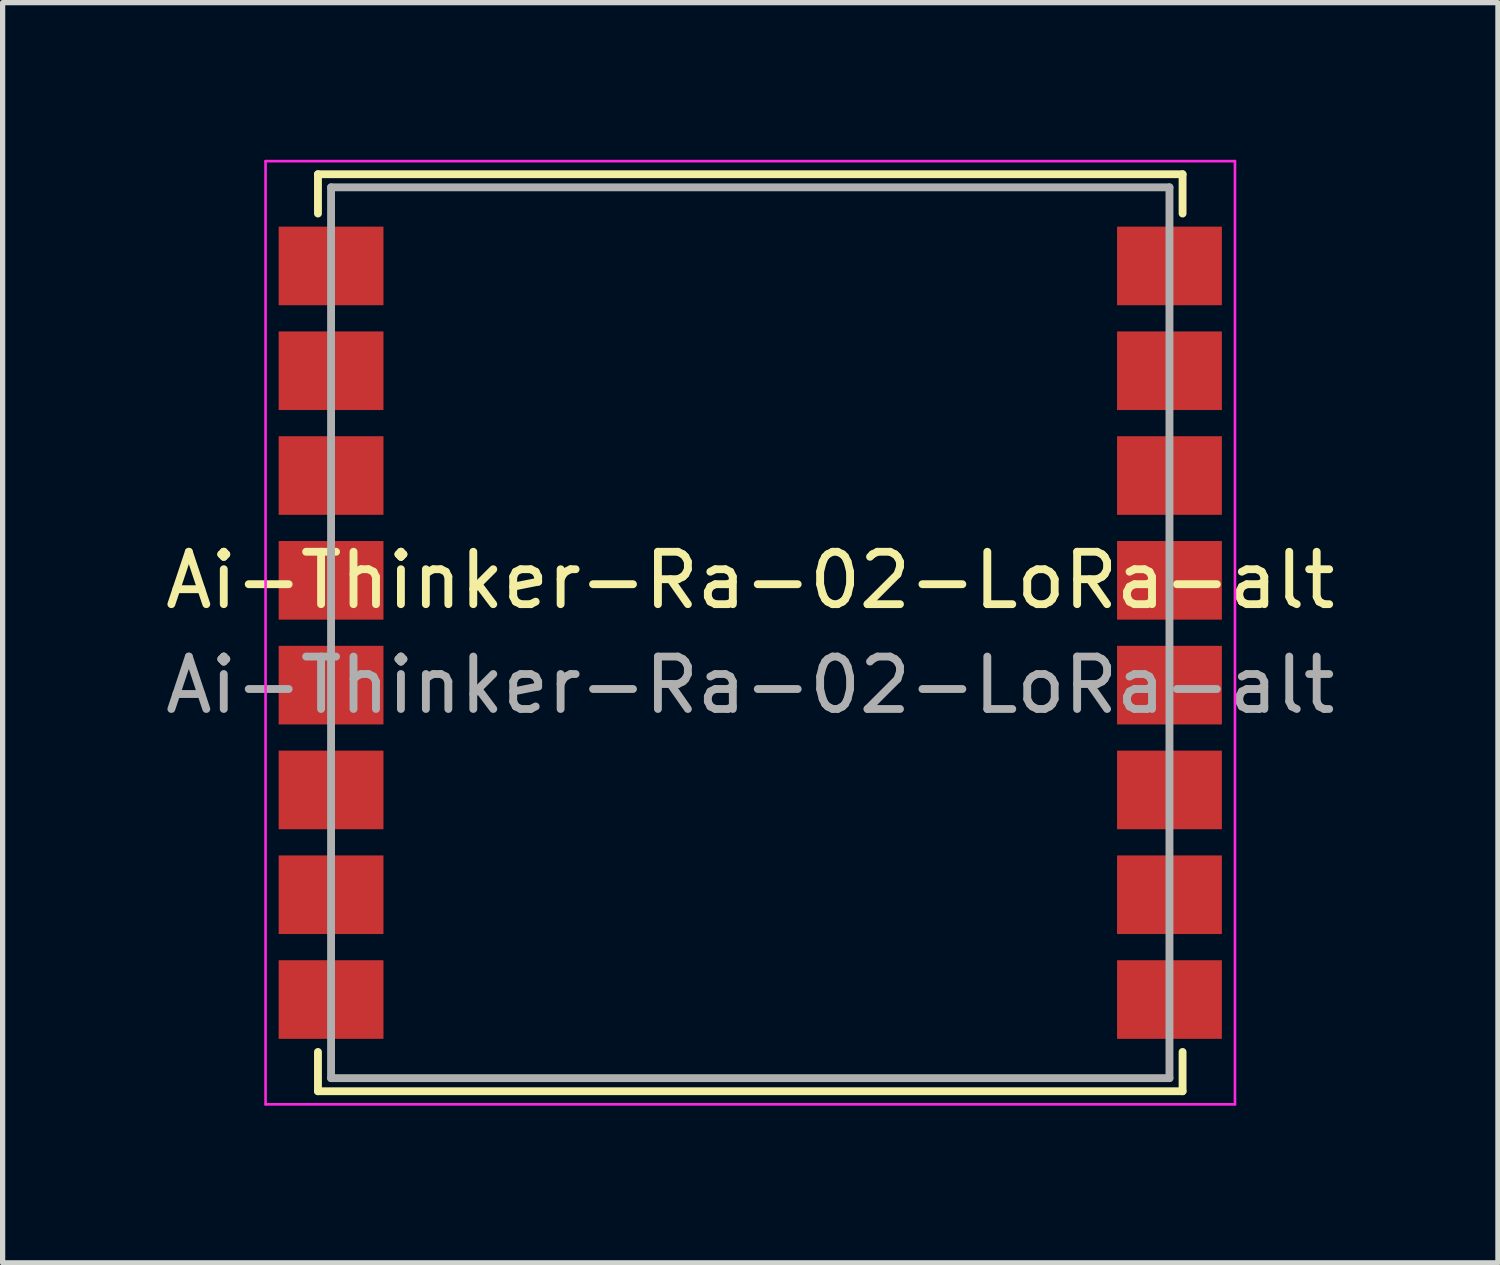
<source format=kicad_pcb>
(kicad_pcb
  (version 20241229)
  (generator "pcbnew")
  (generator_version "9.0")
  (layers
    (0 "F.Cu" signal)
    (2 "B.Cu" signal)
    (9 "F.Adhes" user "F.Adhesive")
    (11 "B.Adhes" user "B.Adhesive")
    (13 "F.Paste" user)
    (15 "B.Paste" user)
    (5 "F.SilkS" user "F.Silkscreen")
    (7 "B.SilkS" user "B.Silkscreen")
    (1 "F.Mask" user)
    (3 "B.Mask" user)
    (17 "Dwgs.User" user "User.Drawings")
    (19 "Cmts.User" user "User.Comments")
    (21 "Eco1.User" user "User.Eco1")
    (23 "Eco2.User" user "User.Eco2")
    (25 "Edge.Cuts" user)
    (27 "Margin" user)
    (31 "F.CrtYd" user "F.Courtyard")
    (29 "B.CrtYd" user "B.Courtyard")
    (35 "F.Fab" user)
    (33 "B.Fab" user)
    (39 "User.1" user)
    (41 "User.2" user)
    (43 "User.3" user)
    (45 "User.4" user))
  (footprint "Ai-Thinker-Ra-02-LoRa-alt"
    (layer "F.Cu")
    (at 11.268 9.025)
    (property "Reference" "Ai-Thinker-Ra-02-LoRa-alt" (at 0 -1 0) (layer "F.SilkS") (effects (font (size 1 1) (thickness 0.15))))
    (attr smd)
    (fp_line (start -8.25 -8.75) (end 8.25 -8.75) (stroke (width 0.15) (type solid)) (layer "F.SilkS"))
    (fp_line (start -8.25 -8) (end -8.25 -8.75) (stroke (width 0.15) (type solid)) (layer "F.SilkS"))
    (fp_line (start -8.25 8) (end -8.25 8.75) (stroke (width 0.15) (type solid)) (layer "F.SilkS"))
    (fp_line (start -8.25 8.75) (end 8.25 8.75) (stroke (width 0.15) (type solid)) (layer "F.SilkS"))
    (fp_line (start 8.25 -8.75) (end 8.25 -8) (stroke (width 0.15) (type solid)) (layer "F.SilkS"))
    (fp_line (start 8.25 8.75) (end 8.25 8) (stroke (width 0.15) (type solid)) (layer "F.SilkS"))
    (fp_line (start -9.25 -9) (end 9.25 -9) (stroke (width 0.05) (type solid)) (layer "F.CrtYd"))
    (fp_line (start -9.25 9) (end -9.25 -9) (stroke (width 0.05) (type solid)) (layer "F.CrtYd"))
    (fp_line (start 9.25 -9) (end 9.25 9) (stroke (width 0.05) (type solid)) (layer "F.CrtYd"))
    (fp_line (start 9.25 9) (end -9.25 9) (stroke (width 0.05) (type solid)) (layer "F.CrtYd"))
    (fp_line (start -8 -8.5) (end 8 -8.5) (stroke (width 0.15) (type solid)) (layer "F.Fab"))
    (fp_line (start -8 8.5) (end -8 -8.5) (stroke (width 0.15) (type solid)) (layer "F.Fab"))
    (fp_line (start 8 -8.5) (end 8 8.5) (stroke (width 0.15) (type solid)) (layer "F.Fab"))
    (fp_line (start 8 8.5) (end -8 8.5) (stroke (width 0.15) (type solid)) (layer "F.Fab"))
    (fp_text user "${REFERENCE}" (at 0 1 0) (layer "F.Fab") (effects (font (size 1 1) (thickness 0.15))))
    (pad "1" smd rect (at -8 -7) (size 2 1.5) (layers "F.Cu" "F.Mask" "F.Paste"))
    (pad "2" smd rect (at -8 -5) (size 2 1.5) (layers "F.Cu" "F.Mask" "F.Paste"))
    (pad "3" smd rect (at -8 -3) (size 2 1.5) (layers "F.Cu" "F.Mask" "F.Paste"))
    (pad "4" smd rect (at -8 -1) (size 2 1.5) (layers "F.Cu" "F.Mask" "F.Paste"))
    (pad "5" smd rect (at -8 1) (size 2 1.5) (layers "F.Cu" "F.Mask" "F.Paste"))
    (pad "6" smd rect (at -8 3) (size 2 1.5) (layers "F.Cu" "F.Mask" "F.Paste"))
    (pad "7" smd rect (at -8 5) (size 2 1.5) (layers "F.Cu" "F.Mask" "F.Paste"))
    (pad "8" smd rect (at -8 7) (size 2 1.5) (layers "F.Cu" "F.Mask" "F.Paste"))
    (pad "9" smd rect (at 8 7) (size 2 1.5) (layers "F.Cu" "F.Mask" "F.Paste"))
    (pad "10" smd rect (at 8 5) (size 2 1.5) (layers "F.Cu" "F.Mask" "F.Paste"))
    (pad "11" smd rect (at 8 3) (size 2 1.5) (layers "F.Cu" "F.Mask" "F.Paste"))
    (pad "12" smd rect (at 8 1) (size 2 1.5) (layers "F.Cu" "F.Mask" "F.Paste"))
    (pad "13" smd rect (at 8 -1) (size 2 1.5) (layers "F.Cu" "F.Mask" "F.Paste"))
    (pad "14" smd rect (at 8 -3) (size 2 1.5) (layers "F.Cu" "F.Mask" "F.Paste"))
    (pad "15" smd rect (at 8 -5) (size 2 1.5) (layers "F.Cu" "F.Mask" "F.Paste"))
    (pad "16" smd rect (at 8 -7) (size 2 1.5) (layers "F.Cu" "F.Mask" "F.Paste")))
  (gr_rect
    (start -3 -3)
    (end 25.536 21.05)
    (stroke (width 0.1) (type default))
    (fill no)
    (layer "Edge.Cuts")))
</source>
